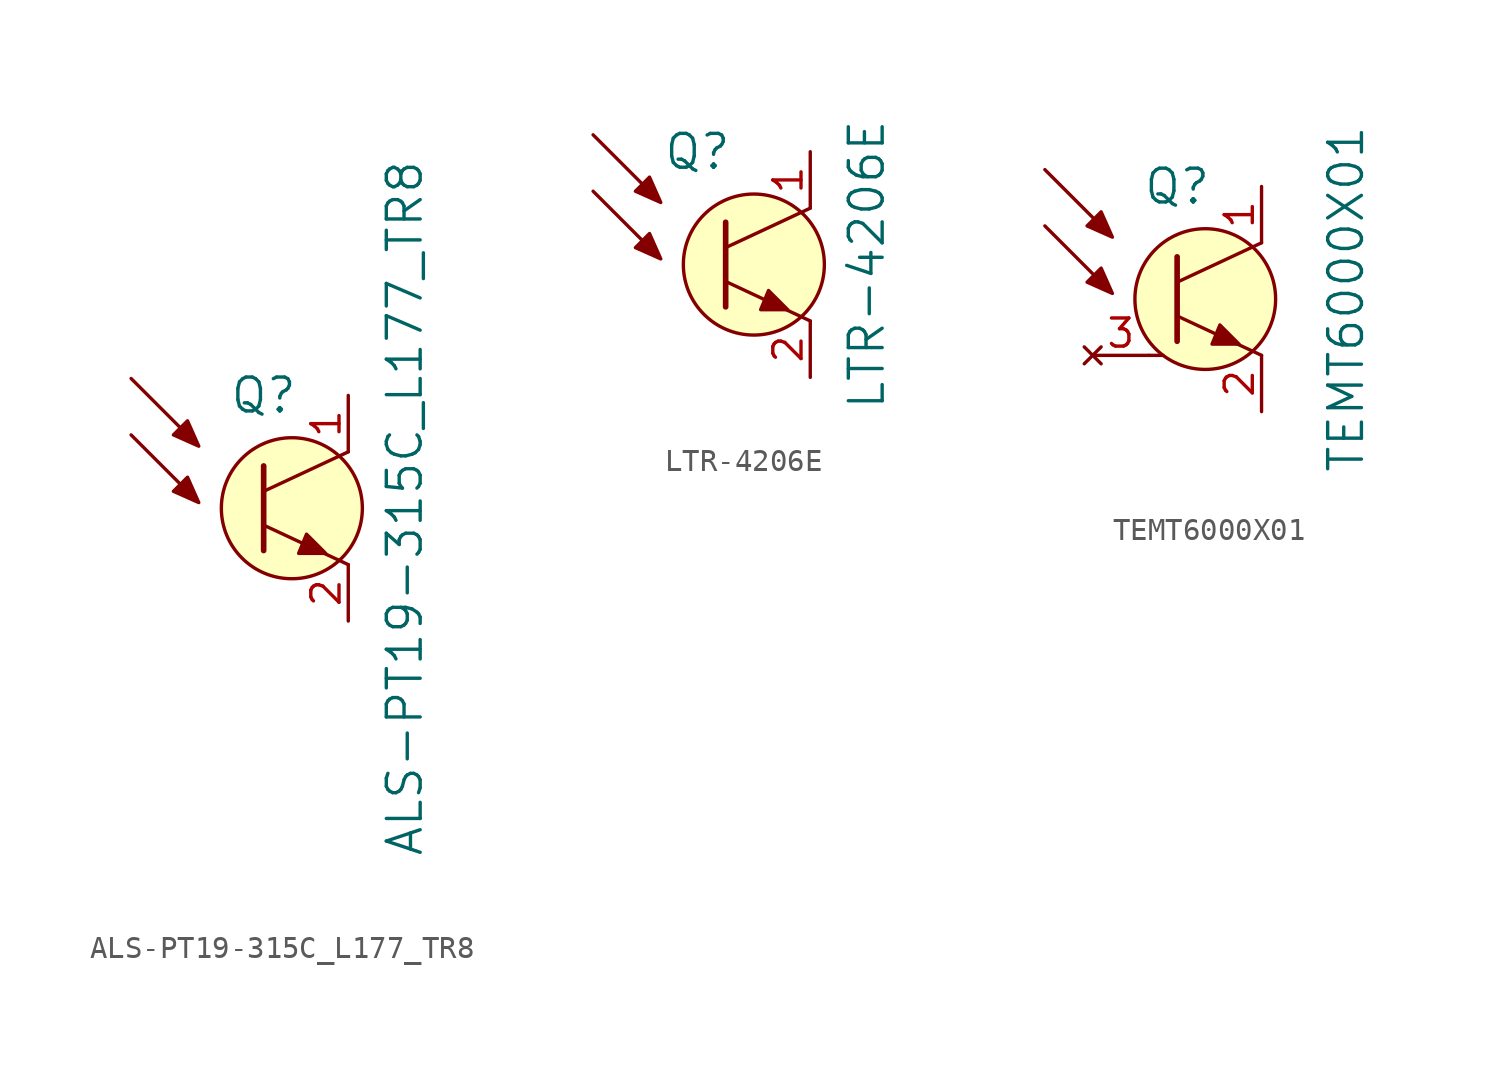
<source format=kicad_sym>
(kicad_symbol_lib
  (version 20211014)
  (generator kicad_symbol_editor)
  (symbol "ALS-PT19-315C_L177_TR8"
    (pin_names
      (offset 1.016) hide)
    (property "Reference" "Q"
      (at -1.27 5.08 0)
      (effects (font (size 1.524 1.524))))
    (property "Value" "ALS-PT19-315C_L177_TR8"
      (at 5.08 0 90)
      (effects (font (size 1.524 1.524))))
    (symbol "ALS-PT19-315C_L177_TR8_0_1"
      (polyline (pts (xy -7.239 3.302) (xy -4.953 1.016)) (stroke (width 0) (type default) (color 0 0 0 0)) (fill (type none)))
      (polyline (pts (xy -7.239 5.842) (xy -4.953 3.556)) (stroke (width 0) (type default) (color 0 0 0 0)) (fill (type none)))
      (polyline (pts (xy -1.27 -1.905) (xy -1.27 1.905)) (stroke (width 0.254) (type default) (color 0 0 0 0)) (fill (type none)))
      (polyline (pts (xy -1.27 -0.762) (xy 2.54 -2.54)) (stroke (width 0) (type default) (color 0 0 0 0)) (fill (type none)))
      (polyline (pts (xy -1.27 0.762) (xy 2.54 2.54)) (stroke (width 0) (type default) (color 0 0 0 0)) (fill (type none)))
      (polyline (pts (xy -4.191 0.254) (xy -5.334 0.762) (xy -4.699 1.397) (xy -4.191 0.254)) (stroke (width 0) (type default) (color 0 0 0 0)) (fill (type outline)))
      (polyline (pts (xy -4.191 2.794) (xy -5.334 3.302) (xy -4.699 3.937) (xy -4.191 2.794)) (stroke (width 0) (type default) (color 0 0 0 0)) (fill (type outline)))
      (polyline (pts (xy 1.524 -2.032) (xy 0.305 -2.032) (xy 0.66 -1.168) (xy 1.524 -2.032)) (stroke (width 0) (type default) (color 0 0 0 0)) (fill (type outline)))
      (circle (center 0 0) (radius 3.175) (stroke (width 0) (type default) (color 0 0 0 0)) (fill (type background))))
    (symbol "ALS-PT19-315C_L177_TR8_1_1"
      (pin passive line (at 2.54 5.08 270) (length 2.54) (name "C" (effects (font (size 1.27 1.27)))) (number "1" (effects (font (size 1.27 1.27)))))
      (pin passive line (at 2.54 -5.08 90) (length 2.54) (name "E" (effects (font (size 1.27 1.27)))) (number "2" (effects (font (size 1.27 1.27)))))))
  (symbol "LTR-4206E"
    (pin_names
      (offset 1.016) hide)
    (property "Reference" "Q"
      (at -2.54 5.08 0)
      (effects (font (size 1.524 1.524))))
    (property "Value" "LTR-4206E"
      (at 5.08 0 90)
      (effects (font (size 1.524 1.524))))
    (symbol "LTR-4206E_0_1"
      (polyline (pts (xy -7.239 3.302) (xy -4.953 1.016)) (stroke (width 0) (type default) (color 0 0 0 0)) (fill (type none)))
      (polyline (pts (xy -7.239 5.842) (xy -4.953 3.556)) (stroke (width 0) (type default) (color 0 0 0 0)) (fill (type none)))
      (polyline (pts (xy -1.27 -1.905) (xy -1.27 1.905)) (stroke (width 0.254) (type default) (color 0 0 0 0)) (fill (type none)))
      (polyline (pts (xy -1.27 -0.762) (xy 2.54 -2.54)) (stroke (width 0) (type default) (color 0 0 0 0)) (fill (type none)))
      (polyline (pts (xy -1.27 0.762) (xy 2.54 2.54)) (stroke (width 0) (type default) (color 0 0 0 0)) (fill (type none)))
      (polyline (pts (xy -4.191 0.254) (xy -5.334 0.762) (xy -4.699 1.397) (xy -4.191 0.254)) (stroke (width 0) (type default) (color 0 0 0 0)) (fill (type outline)))
      (polyline (pts (xy -4.191 2.794) (xy -5.334 3.302) (xy -4.699 3.937) (xy -4.191 2.794)) (stroke (width 0) (type default) (color 0 0 0 0)) (fill (type outline)))
      (polyline (pts (xy 1.524 -2.032) (xy 0.305 -2.032) (xy 0.66 -1.168) (xy 1.524 -2.032)) (stroke (width 0) (type default) (color 0 0 0 0)) (fill (type outline)))
      (circle (center 0 0) (radius 3.175) (stroke (width 0) (type default) (color 0 0 0 0)) (fill (type background))))
    (symbol "LTR-4206E_1_1"
      (pin passive line (at 2.54 5.08 270) (length 2.54) (name "C" (effects (font (size 1.27 1.27)))) (number "1" (effects (font (size 1.27 1.27)))))
      (pin passive line (at 2.54 -5.08 90) (length 2.54) (name "E" (effects (font (size 1.27 1.27)))) (number "2" (effects (font (size 1.27 1.27)))))))
  (symbol "TEMT6000X01"
    (pin_names
      (offset 0) hide)
    (property "Reference" "Q"
      (at -1.27 5.08 0)
      (effects (font (size 1.524 1.524))))
    (property "Value" "TEMT6000X01"
      (at 6.35 0 90)
      (effects (font (size 1.524 1.524))))
    (symbol "TEMT6000X01_0_1"
      (polyline (pts (xy -7.239 3.302) (xy -4.953 1.016)) (stroke (width 0) (type default) (color 0 0 0 0)) (fill (type none)))
      (polyline (pts (xy -7.239 5.842) (xy -4.953 3.556)) (stroke (width 0) (type default) (color 0 0 0 0)) (fill (type none)))
      (polyline (pts (xy -2.54 -2.54) (xy -1.905 -2.54)) (stroke (width 0) (type default) (color 0 0 0 0)) (fill (type none)))
      (polyline (pts (xy -1.27 -1.905) (xy -1.27 1.905)) (stroke (width 0.254) (type default) (color 0 0 0 0)) (fill (type none)))
      (polyline (pts (xy -1.27 -0.762) (xy 2.54 -2.54)) (stroke (width 0) (type default) (color 0 0 0 0)) (fill (type none)))
      (polyline (pts (xy -1.27 0.762) (xy 2.54 2.54)) (stroke (width 0) (type default) (color 0 0 0 0)) (fill (type none)))
      (polyline (pts (xy -4.191 0.254) (xy -5.334 0.762) (xy -4.699 1.397) (xy -4.191 0.254)) (stroke (width 0) (type default) (color 0 0 0 0)) (fill (type outline)))
      (polyline (pts (xy -4.191 2.794) (xy -5.334 3.302) (xy -4.699 3.937) (xy -4.191 2.794)) (stroke (width 0) (type default) (color 0 0 0 0)) (fill (type outline)))
      (polyline (pts (xy 1.524 -2.032) (xy 0.305 -2.032) (xy 0.66 -1.168) (xy 1.524 -2.032)) (stroke (width 0) (type default) (color 0 0 0 0)) (fill (type outline)))
      (circle (center 0 0) (radius 3.175) (stroke (width 0) (type default) (color 0 0 0 0)) (fill (type background))))
    (symbol "TEMT6000X01_1_1"
      (pin passive line (at 2.54 5.08 270) (length 2.54) (name "C" (effects (font (size 1.27 1.27)))) (number "1" (effects (font (size 1.27 1.27)))))
      (pin passive line (at 2.54 -5.08 90) (length 2.54) (name "E" (effects (font (size 1.27 1.27)))) (number "2" (effects (font (size 1.27 1.27)))))
      (pin no_connect line (at -5.08 -2.54 0) (length 2.54) (name "NC" (effects (font (size 1.27 1.27)))) (number "3" (effects (font (size 1.27 1.27))))))))
</source>
